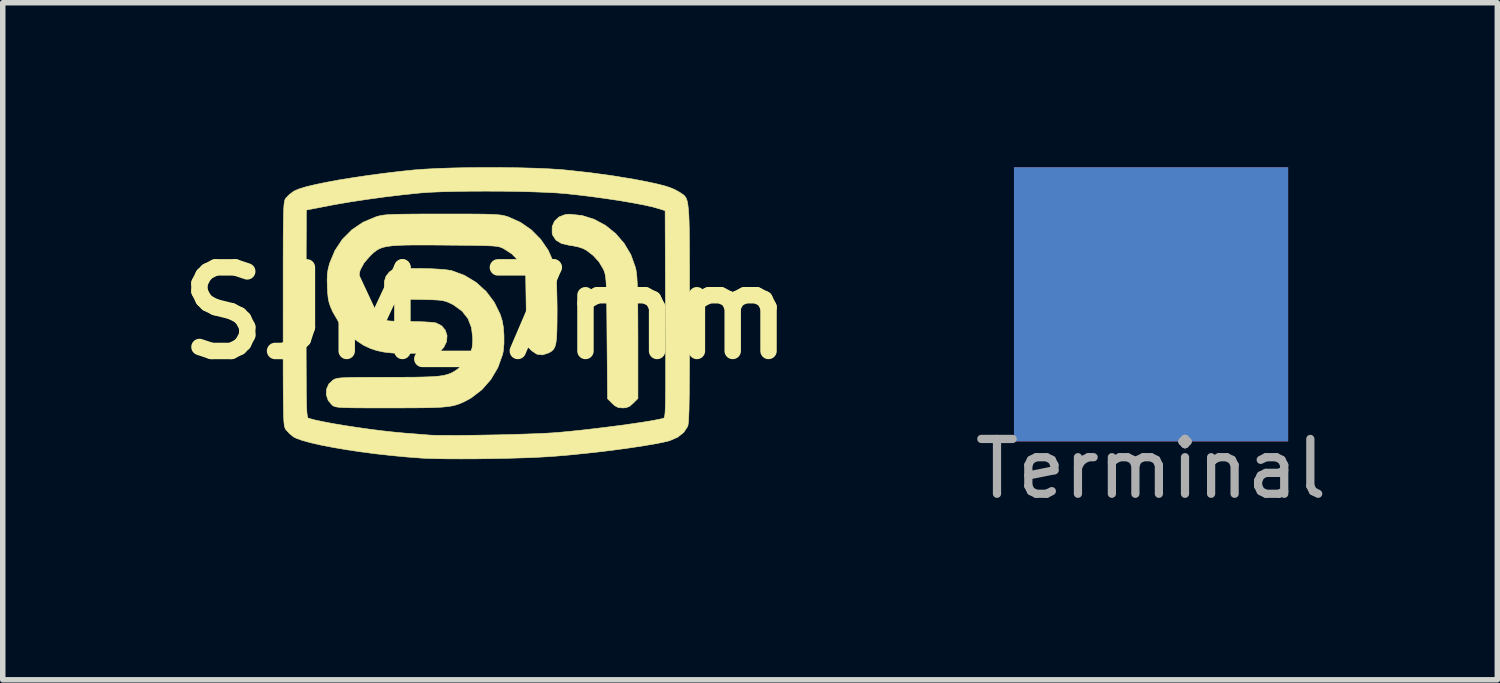
<source format=kicad_pcb>
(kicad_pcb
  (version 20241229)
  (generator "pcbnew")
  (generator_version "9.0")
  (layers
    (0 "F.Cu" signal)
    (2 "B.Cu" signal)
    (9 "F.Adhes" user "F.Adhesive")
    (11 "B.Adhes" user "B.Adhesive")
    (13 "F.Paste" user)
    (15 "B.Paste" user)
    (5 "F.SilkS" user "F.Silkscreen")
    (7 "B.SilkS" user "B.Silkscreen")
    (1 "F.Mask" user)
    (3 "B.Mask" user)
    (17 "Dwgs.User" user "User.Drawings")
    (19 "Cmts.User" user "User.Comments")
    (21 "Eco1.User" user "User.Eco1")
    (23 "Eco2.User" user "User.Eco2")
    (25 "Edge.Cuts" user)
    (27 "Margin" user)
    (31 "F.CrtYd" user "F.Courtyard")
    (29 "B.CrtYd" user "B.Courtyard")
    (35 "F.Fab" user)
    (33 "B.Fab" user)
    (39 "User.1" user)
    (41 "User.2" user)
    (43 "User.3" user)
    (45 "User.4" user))
  (footprint "Terminal"
    (layer "F.Cu")
    (at 17.942 2.5)
    (property "Reference" "Terminal" (at 0 3 0) (layer "F.Fab") (effects (font (size 1 1) (thickness 0.15))))
    (attr through_hole)
    (pad "1" smd rect (at 0 0) (size 5 5) (layers "F.Cu" "F.Mask" "F.Paste"))
    (pad "1" smd rect (at 0 0) (size 5 5) (layers "B.Cu" "B.Mask" "B.Paste")))
  (footprint "SJM_7mm"
    (layer "F.Cu")
    (at 5.813 2.661)
    (property "Reference" "SJM_7mm" (at 0 0 0) (layer "F.SilkS") (effects (font (size 1.524 1.524) (thickness 0.3))))
    (attr through_hole)
    (fp_poly (pts (xy 1.751 -1.781) (xy 1.974 -1.711) (xy 2.18 -1.6) (xy 2.364 -1.452) (xy 2.519 -1.273) (xy 2.641 -1.068) (xy 2.723 -0.841) (xy 2.735 -0.791) (xy 2.744 -0.735) (xy 2.752 -0.658) (xy 2.758 -0.558) (xy 2.763 -0.429) (xy 2.767 -0.267) (xy 2.769 -0.068) (xy 2.77 0.173) (xy 2.771 0.46) (xy 2.771 0.467) (xy 2.771 1.556) (xy 2.685 1.642) (xy 2.619 1.699) (xy 2.555 1.724) (xy 2.492 1.729) (xy 2.412 1.721) (xy 2.349 1.688) (xy 2.301 1.645) (xy 2.217 1.561) (xy 2.207 0.444) (xy 2.205 0.176) (xy 2.203 -0.046) (xy 2.2 -0.226) (xy 2.198 -0.371) (xy 2.194 -0.485) (xy 2.19 -0.573) (xy 2.184 -0.639) (xy 2.177 -0.69) (xy 2.168 -0.73) (xy 2.157 -0.763) (xy 2.144 -0.795) (xy 2.138 -0.807) (xy 2.062 -0.934) (xy 1.955 -1.052) (xy 1.833 -1.146) (xy 1.763 -1.182) (xy 1.682 -1.208) (xy 1.579 -1.229) (xy 1.517 -1.238) (xy 1.377 -1.27) (xy 1.277 -1.331) (xy 1.217 -1.421) (xy 1.206 -1.464) (xy 1.207 -1.58) (xy 1.251 -1.679) (xy 1.331 -1.754) (xy 1.441 -1.797) (xy 1.518 -1.805) (xy 1.751 -1.781)) (stroke (width 0.01) (type solid)) (fill yes) (layer "F.SilkS"))
    (fp_poly (pts (xy -1.148 -0.814) (xy -0.996 -0.81) (xy -0.854 -0.802) (xy -0.733 -0.792) (xy -0.643 -0.779) (xy -0.624 -0.775) (xy -0.39 -0.688) (xy -0.179 -0.56) (xy 0.003 -0.395) (xy 0.151 -0.199) (xy 0.259 0.022) (xy 0.295 0.136) (xy 0.317 0.257) (xy 0.328 0.403) (xy 0.328 0.554) (xy 0.316 0.688) (xy 0.304 0.75) (xy 0.217 0.992) (xy 0.089 1.209) (xy -0.074 1.395) (xy -0.269 1.545) (xy -0.351 1.591) (xy -0.417 1.624) (xy -0.479 1.651) (xy -0.543 1.673) (xy -0.615 1.691) (xy -0.699 1.704) (xy -0.803 1.714) (xy -0.93 1.721) (xy -1.088 1.725) (xy -1.28 1.727) (xy -1.513 1.728) (xy -1.745 1.729) (xy -1.996 1.729) (xy -2.202 1.728) (xy -2.367 1.727) (xy -2.496 1.725) (xy -2.594 1.722) (xy -2.666 1.718) (xy -2.718 1.712) (xy -2.753 1.705) (xy -2.778 1.695) (xy -2.797 1.683) (xy -2.803 1.679) (xy -2.877 1.593) (xy -2.912 1.491) (xy -2.908 1.386) (xy -2.866 1.291) (xy -2.789 1.219) (xy -2.765 1.206) (xy -2.737 1.196) (xy -2.7 1.187) (xy -2.648 1.181) (xy -2.575 1.177) (xy -2.477 1.173) (xy -2.349 1.171) (xy -2.184 1.17) (xy -1.977 1.17) (xy -1.791 1.17) (xy -1.527 1.169) (xy -1.308 1.168) (xy -1.129 1.164) (xy -0.984 1.159) (xy -0.869 1.15) (xy -0.777 1.137) (xy -0.703 1.119) (xy -0.642 1.096) (xy -0.588 1.068) (xy -0.535 1.033) (xy -0.503 1.009) (xy -0.428 0.937) (xy -0.353 0.844) (xy -0.318 0.787) (xy -0.276 0.704) (xy -0.253 0.63) (xy -0.244 0.545) (xy -0.242 0.458) (xy -0.264 0.265) (xy -0.328 0.1) (xy -0.436 -0.037) (xy -0.586 -0.147) (xy -0.63 -0.17) (xy -0.687 -0.197) (xy -0.738 -0.216) (xy -0.793 -0.229) (xy -0.864 -0.238) (xy -0.958 -0.243) (xy -1.087 -0.247) (xy -1.195 -0.249) (xy -1.34 -0.252) (xy -1.471 -0.256) (xy -1.578 -0.261) (xy -1.65 -0.266) (xy -1.674 -0.269) (xy -1.762 -0.31) (xy -1.822 -0.383) (xy -1.853 -0.475) (xy -1.854 -0.575) (xy -1.824 -0.671) (xy -1.763 -0.75) (xy -1.712 -0.785) (xy -1.659 -0.798) (xy -1.567 -0.807) (xy -1.444 -0.813) (xy -1.301 -0.815) (xy -1.148 -0.814)) (stroke (width 0.01) (type solid)) (fill yes) (layer "F.SilkS"))
    (fp_poly (pts (xy -0.327 -1.808) (xy -0.154 -1.807) (xy -0.016 -1.805) (xy 0.093 -1.802) (xy 0.178 -1.798) (xy 0.244 -1.792) (xy 0.297 -1.785) (xy 0.341 -1.775) (xy 0.383 -1.763) (xy 0.408 -1.755) (xy 0.629 -1.656) (xy 0.828 -1.518) (xy 0.998 -1.346) (xy 1.134 -1.148) (xy 1.231 -0.93) (xy 1.27 -0.777) (xy 1.277 -0.707) (xy 1.285 -0.596) (xy 1.29 -0.454) (xy 1.294 -0.29) (xy 1.297 -0.115) (xy 1.297 -0.045) (xy 1.296 0.162) (xy 1.293 0.325) (xy 1.287 0.449) (xy 1.276 0.541) (xy 1.259 0.608) (xy 1.235 0.655) (xy 1.202 0.689) (xy 1.16 0.716) (xy 1.145 0.724) (xy 1.032 0.761) (xy 0.93 0.749) (xy 0.835 0.687) (xy 0.827 0.679) (xy 0.743 0.596) (xy 0.734 -0.052) (xy 0.724 -0.699) (xy 0.653 -0.844) (xy 0.573 -0.976) (xy 0.472 -1.08) (xy 0.335 -1.169) (xy 0.321 -1.177) (xy 0.292 -1.192) (xy 0.263 -1.203) (xy 0.227 -1.213) (xy 0.179 -1.22) (xy 0.113 -1.226) (xy 0.026 -1.23) (xy -0.09 -1.233) (xy -0.239 -1.236) (xy -0.426 -1.238) (xy -0.657 -1.24) (xy -0.746 -1.241) (xy -1.019 -1.243) (xy -1.247 -1.243) (xy -1.435 -1.242) (xy -1.587 -1.237) (xy -1.708 -1.229) (xy -1.805 -1.216) (xy -1.882 -1.199) (xy -1.945 -1.175) (xy -1.998 -1.144) (xy -2.047 -1.106) (xy -2.097 -1.059) (xy -2.122 -1.034) (xy -2.224 -0.916) (xy -2.288 -0.798) (xy -2.3 -0.765) (xy -2.334 -0.587) (xy -2.322 -0.41) (xy -2.267 -0.242) (xy -2.173 -0.092) (xy -2.044 0.031) (xy -1.897 0.115) (xy -1.842 0.131) (xy -1.762 0.142) (xy -1.648 0.149) (xy -1.495 0.152) (xy -1.406 0.153) (xy -1.26 0.154) (xy -1.125 0.159) (xy -1.012 0.166) (xy -0.933 0.174) (xy -0.91 0.179) (xy -0.809 0.23) (xy -0.742 0.311) (xy -0.71 0.41) (xy -0.718 0.516) (xy -0.767 0.619) (xy -0.786 0.642) (xy -0.86 0.725) (xy -1.303 0.733) (xy -1.526 0.734) (xy -1.709 0.727) (xy -1.86 0.71) (xy -1.99 0.683) (xy -2.109 0.643) (xy -2.225 0.589) (xy -2.24 0.581) (xy -2.399 0.474) (xy -2.553 0.329) (xy -2.687 0.16) (xy -2.789 -0.014) (xy -2.833 -0.111) (xy -2.861 -0.191) (xy -2.878 -0.273) (xy -2.888 -0.374) (xy -2.893 -0.471) (xy -2.897 -0.608) (xy -2.893 -0.713) (xy -2.879 -0.804) (xy -2.854 -0.9) (xy -2.852 -0.908) (xy -2.755 -1.141) (xy -2.618 -1.348) (xy -2.444 -1.522) (xy -2.238 -1.66) (xy -2.009 -1.756) (xy -1.965 -1.769) (xy -1.919 -1.78) (xy -1.868 -1.788) (xy -1.804 -1.795) (xy -1.722 -1.799) (xy -1.619 -1.803) (xy -1.486 -1.805) (xy -1.321 -1.807) (xy -1.117 -1.808) (xy -0.868 -1.808) (xy -0.8 -1.808) (xy -0.541 -1.808) (xy -0.327 -1.808)) (stroke (width 0.01) (type solid)) (fill yes) (layer "F.SilkS"))
    (fp_poly (pts (xy 0.309 -2.655) (xy 0.611 -2.651) (xy 0.895 -2.643) (xy 1.152 -2.632) (xy 1.372 -2.618) (xy 1.445 -2.611) (xy 1.89 -2.563) (xy 2.314 -2.505) (xy 2.704 -2.441) (xy 2.918 -2.4) (xy 3.101 -2.361) (xy 3.243 -2.326) (xy 3.354 -2.291) (xy 3.443 -2.254) (xy 3.519 -2.212) (xy 3.537 -2.201) (xy 3.568 -2.18) (xy 3.595 -2.162) (xy 3.619 -2.142) (xy 3.639 -2.117) (xy 3.656 -2.083) (xy 3.671 -2.038) (xy 3.682 -1.978) (xy 3.691 -1.898) (xy 3.699 -1.797) (xy 3.704 -1.671) (xy 3.708 -1.515) (xy 3.71 -1.328) (xy 3.711 -1.105) (xy 3.712 -0.843) (xy 3.712 -0.539) (xy 3.712 -0.189) (xy 3.712 0.011) (xy 3.712 0.387) (xy 3.712 0.715) (xy 3.711 0.999) (xy 3.709 1.241) (xy 3.708 1.445) (xy 3.705 1.614) (xy 3.703 1.751) (xy 3.699 1.859) (xy 3.695 1.942) (xy 3.69 2.002) (xy 3.684 2.043) (xy 3.678 2.067) (xy 3.677 2.068) (xy 3.607 2.174) (xy 3.497 2.262) (xy 3.356 2.323) (xy 3.348 2.326) (xy 3.226 2.356) (xy 3.06 2.388) (xy 2.857 2.422) (xy 2.624 2.457) (xy 2.368 2.492) (xy 2.096 2.526) (xy 1.814 2.557) (xy 1.53 2.586) (xy 1.297 2.606) (xy 1.112 2.619) (xy 0.891 2.631) (xy 0.641 2.64) (xy 0.372 2.648) (xy 0.094 2.653) (xy -0.184 2.657) (xy -0.453 2.658) (xy -0.704 2.657) (xy -0.926 2.653) (xy -1.112 2.647) (xy -1.182 2.643) (xy -1.459 2.622) (xy -1.74 2.595) (xy -2.02 2.564) (xy -2.293 2.528) (xy -2.553 2.489) (xy -2.794 2.448) (xy -3.011 2.406) (xy -3.199 2.363) (xy -3.351 2.321) (xy -3.462 2.281) (xy -3.512 2.255) (xy -3.583 2.196) (xy -3.644 2.131) (xy -3.646 2.128) (xy -3.656 2.114) (xy -3.664 2.098) (xy -3.671 2.078) (xy -3.678 2.048) (xy -3.683 2.007) (xy -3.687 1.95) (xy -3.691 1.874) (xy -3.693 1.776) (xy -3.695 1.653) (xy -3.697 1.501) (xy -3.698 1.316) (xy -3.699 1.095) (xy -3.699 0.835) (xy -3.699 0.533) (xy -3.699 0.185) (xy -3.699 0.013) (xy -3.699 0.004) (xy -3.28 0.004) (xy -3.28 0.011) (xy -3.28 0.367) (xy -3.28 0.675) (xy -3.279 0.94) (xy -3.278 1.164) (xy -3.277 1.35) (xy -3.276 1.503) (xy -3.273 1.626) (xy -3.271 1.721) (xy -3.267 1.793) (xy -3.263 1.844) (xy -3.257 1.879) (xy -3.251 1.901) (xy -3.244 1.912) (xy -3.236 1.917) (xy -3.235 1.917) (xy -3.126 1.947) (xy -2.974 1.979) (xy -2.789 2.014) (xy -2.581 2.049) (xy -2.357 2.083) (xy -2.126 2.116) (xy -1.898 2.145) (xy -1.681 2.169) (xy -1.5 2.186) (xy -1.362 2.197) (xy -1.231 2.207) (xy -1.122 2.216) (xy -1.048 2.222) (xy -1.042 2.223) (xy -0.952 2.227) (xy -0.819 2.23) (xy -0.65 2.23) (xy -0.453 2.229) (xy -0.236 2.227) (xy -0.005 2.223) (xy 0.231 2.219) (xy 0.465 2.213) (xy 0.689 2.206) (xy 0.897 2.199) (xy 1.079 2.191) (xy 1.229 2.182) (xy 1.322 2.175) (xy 1.537 2.155) (xy 1.765 2.131) (xy 2 2.104) (xy 2.234 2.075) (xy 2.46 2.046) (xy 2.672 2.016) (xy 2.861 1.988) (xy 3.022 1.962) (xy 3.147 1.938) (xy 3.23 1.919) (xy 3.236 1.917) (xy 3.244 1.912) (xy 3.251 1.901) (xy 3.257 1.881) (xy 3.263 1.847) (xy 3.267 1.796) (xy 3.27 1.726) (xy 3.273 1.633) (xy 3.274 1.512) (xy 3.276 1.361) (xy 3.276 1.177) (xy 3.276 0.956) (xy 3.276 0.694) (xy 3.275 0.389) (xy 3.274 0.036) (xy 3.274 0.017) (xy 3.267 -1.869) (xy 3.17 -1.9) (xy 3.044 -1.936) (xy 2.874 -1.974) (xy 2.668 -2.013) (xy 2.433 -2.053) (xy 2.178 -2.091) (xy 1.909 -2.128) (xy 1.633 -2.161) (xy 1.462 -2.179) (xy 1.291 -2.193) (xy 1.078 -2.204) (xy 0.834 -2.213) (xy 0.566 -2.22) (xy 0.284 -2.224) (xy -0.002 -2.225) (xy -0.285 -2.224) (xy -0.554 -2.22) (xy -0.8 -2.214) (xy -1.016 -2.205) (xy -1.19 -2.193) (xy -1.208 -2.191) (xy -1.516 -2.159) (xy -1.842 -2.12) (xy -2.17 -2.075) (xy -2.485 -2.027) (xy -2.771 -1.978) (xy -2.873 -1.958) (xy -3.008 -1.932) (xy -3.123 -1.91) (xy -3.211 -1.893) (xy -3.263 -1.883) (xy -3.274 -1.882) (xy -3.275 -1.857) (xy -3.276 -1.785) (xy -3.276 -1.671) (xy -3.277 -1.517) (xy -3.278 -1.328) (xy -3.279 -1.108) (xy -3.279 -0.861) (xy -3.28 -0.591) (xy -3.28 -0.301) (xy -3.28 0.004) (xy -3.699 0.004) (xy -3.699 -0.357) (xy -3.699 -0.68) (xy -3.699 -0.958) (xy -3.698 -1.196) (xy -3.698 -1.396) (xy -3.696 -1.563) (xy -3.694 -1.699) (xy -3.692 -1.808) (xy -3.689 -1.893) (xy -3.685 -1.958) (xy -3.68 -2.006) (xy -3.674 -2.04) (xy -3.668 -2.065) (xy -3.66 -2.082) (xy -3.651 -2.096) (xy -3.646 -2.102) (xy -3.59 -2.159) (xy -3.514 -2.217) (xy -3.485 -2.234) (xy -3.403 -2.268) (xy -3.276 -2.306) (xy -3.109 -2.346) (xy -2.908 -2.387) (xy -2.678 -2.43) (xy -2.424 -2.471) (xy -2.153 -2.511) (xy -1.87 -2.549) (xy -1.579 -2.584) (xy -1.322 -2.611) (xy -1.12 -2.626) (xy -0.877 -2.639) (xy -0.603 -2.648) (xy -0.308 -2.654) (xy -0.000245 -2.656) (xy 0.309 -2.655)) (stroke (width 0.01) (type solid)) (fill yes) (layer "F.SilkS")))
  (gr_rect
    (start -3 -3)
    (end 24.257 9.348)
    (stroke (width 0.1) (type default))
    (fill no)
    (layer "Edge.Cuts")))
</source>
